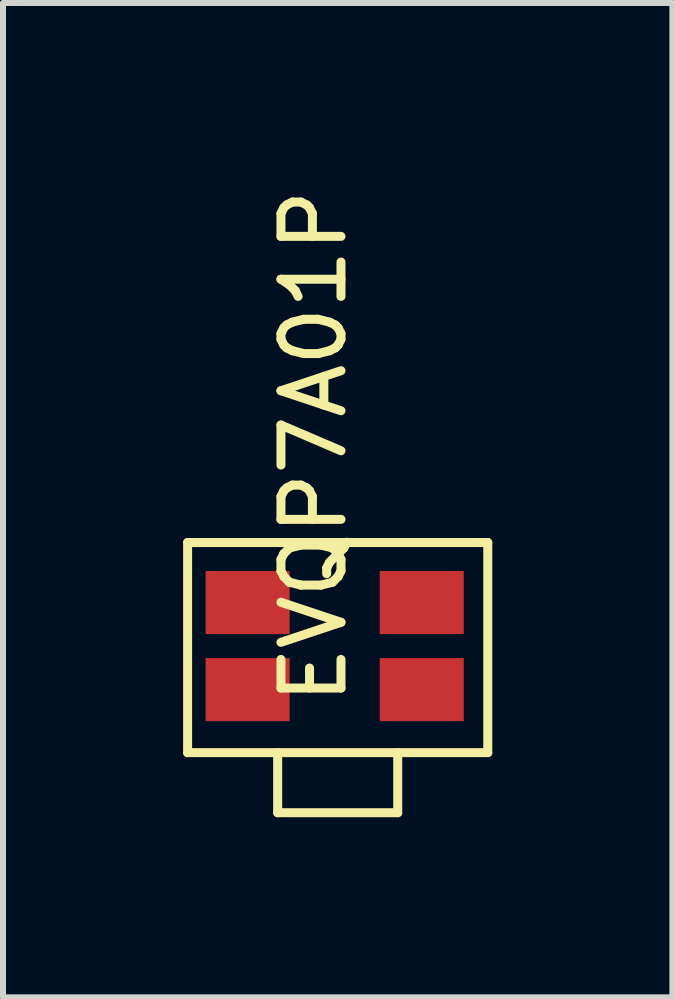
<source format=kicad_pcb>
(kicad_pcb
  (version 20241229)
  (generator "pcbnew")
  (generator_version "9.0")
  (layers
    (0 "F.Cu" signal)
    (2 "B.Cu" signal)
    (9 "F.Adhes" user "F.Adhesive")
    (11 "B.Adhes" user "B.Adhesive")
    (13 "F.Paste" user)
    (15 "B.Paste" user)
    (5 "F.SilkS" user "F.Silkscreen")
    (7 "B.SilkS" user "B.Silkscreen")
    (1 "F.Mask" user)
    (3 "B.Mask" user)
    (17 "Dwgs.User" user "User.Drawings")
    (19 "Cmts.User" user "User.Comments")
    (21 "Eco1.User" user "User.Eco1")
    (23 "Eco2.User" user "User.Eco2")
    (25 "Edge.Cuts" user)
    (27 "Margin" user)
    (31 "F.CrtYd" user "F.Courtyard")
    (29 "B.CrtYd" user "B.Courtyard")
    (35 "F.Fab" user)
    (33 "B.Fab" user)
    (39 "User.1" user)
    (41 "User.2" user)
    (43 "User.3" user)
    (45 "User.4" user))
  (footprint "EVQP7A01P"
    (layer "F.Cu")
    (at 1.075 6.987)
    (property "Reference" "EVQP7A01P" (at 1.1 -2.6 270) (layer "F.SilkS") (effects (font (size 1 1) (thickness 0.15))))
    (attr smd)
    (fp_line (start -1 -1) (end -1 2.5) (stroke (width 0.15) (type solid)) (layer "F.SilkS"))
    (fp_line (start -1 2.5) (end 4 2.5) (stroke (width 0.15) (type solid)) (layer "F.SilkS"))
    (fp_line (start 0.5 2.5) (end 0.5 3.5) (stroke (width 0.15) (type solid)) (layer "F.SilkS"))
    (fp_line (start 0.5 3.5) (end 2.5 3.5) (stroke (width 0.15) (type solid)) (layer "F.SilkS"))
    (fp_line (start 2.5 3.5) (end 2.5 2.5) (stroke (width 0.15) (type solid)) (layer "F.SilkS"))
    (fp_line (start 4 -1) (end -1 -1) (stroke (width 0.15) (type solid)) (layer "F.SilkS"))
    (fp_line (start 4 2.5) (end 4 -1) (stroke (width 0.15) (type solid)) (layer "F.SilkS"))
    (pad "1" smd rect (at 0 0) (size 1.4 1.05) (layers "F.Cu" "F.Mask" "F.Paste"))
    (pad "1" smd rect (at 2.9 0) (size 1.4 1.05) (layers "F.Cu" "F.Mask" "F.Paste"))
    (pad "2" smd rect (at 0 1.45) (size 1.4 1.05) (layers "F.Cu" "F.Mask" "F.Paste"))
    (pad "2" smd rect (at 2.9 1.45) (size 1.4 1.05) (layers "F.Cu" "F.Mask" "F.Paste")))
  (gr_rect
    (start -3 -3)
    (end 8.15 13.562)
    (stroke (width 0.1) (type default))
    (fill no)
    (layer "Edge.Cuts")))
</source>
